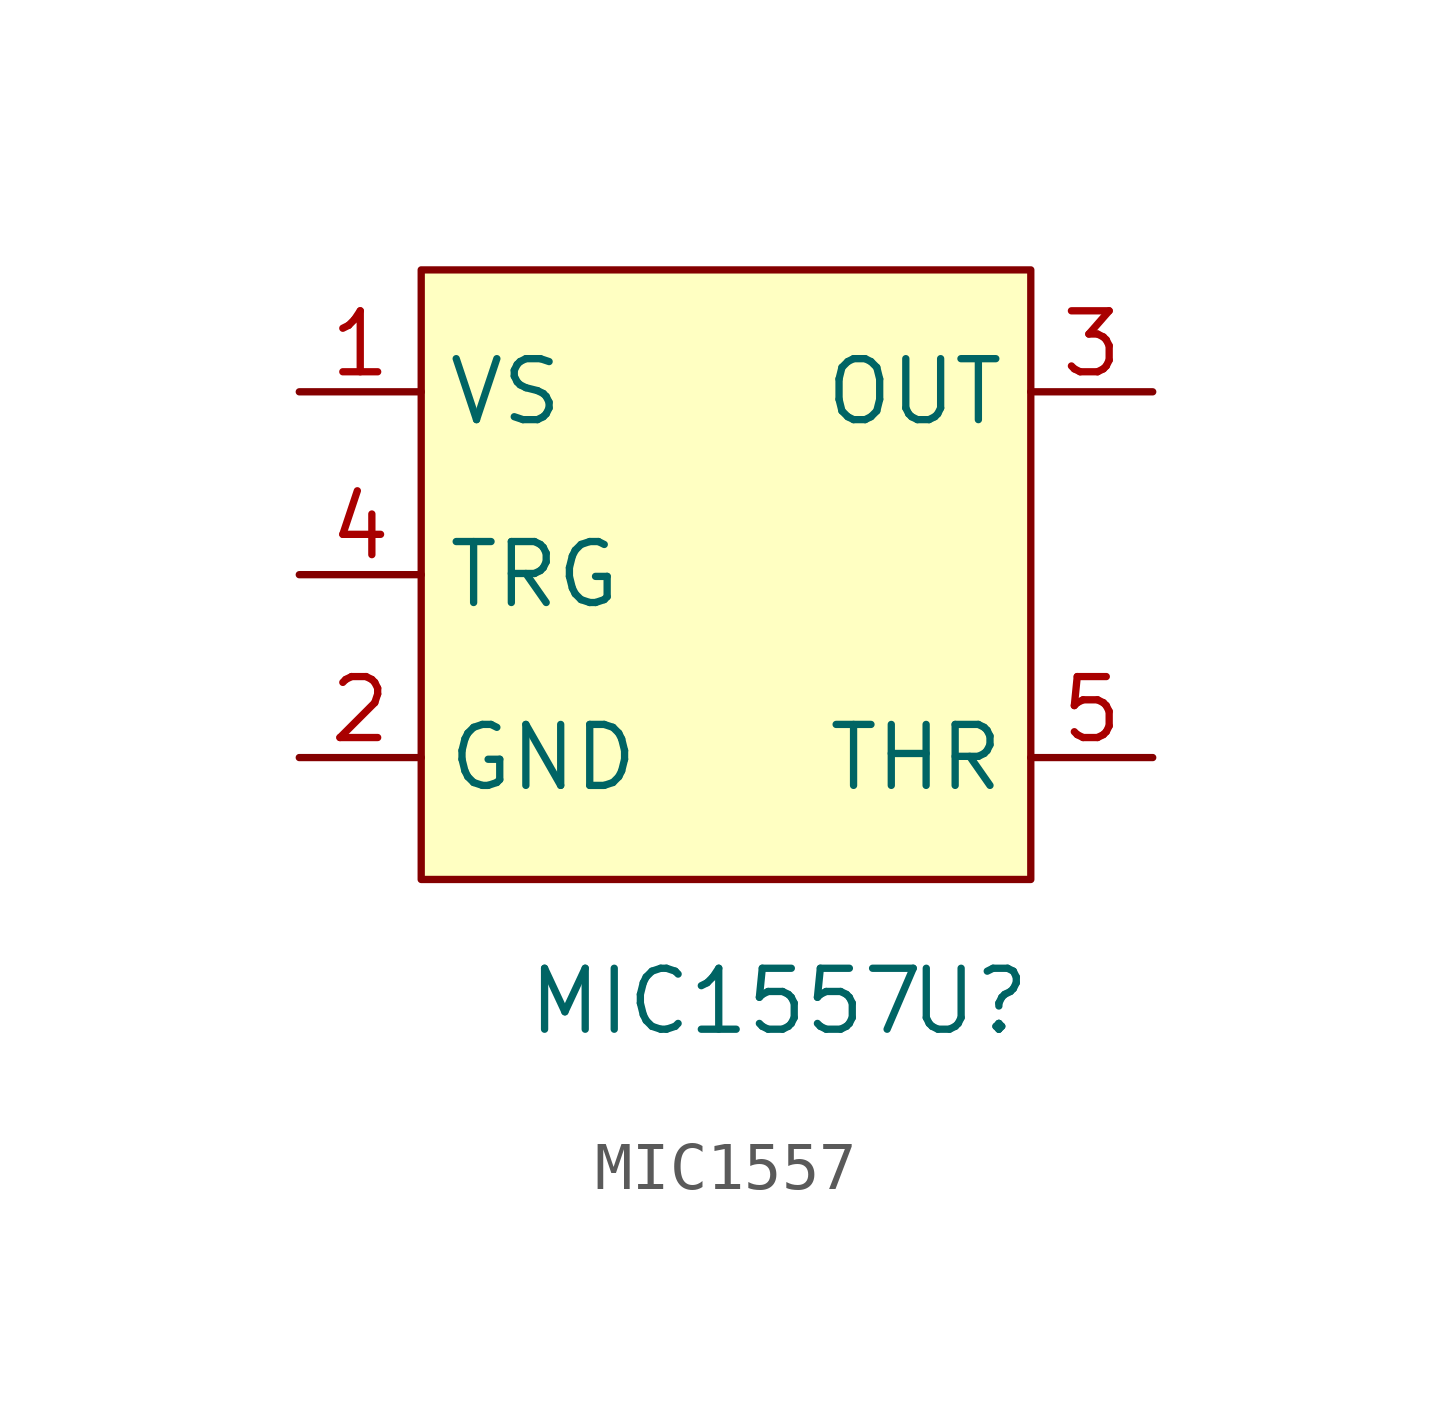
<source format=kicad_sym>
(kicad_symbol_lib
  (version 20211014)
  (generator kicad_symbol_editor)
  (symbol "MIC1557"
    (property "Reference" "U"
      (at 5.08 -8.89 0)
      (effects (font (size 1.27 1.27))))
    (property "Value" "MIC1557"
      (at 0 -8.89 0)
      (effects (font (size 1.27 1.27))))
    (symbol "MIC1557_0_1"
      (rectangle (start -6.35 6.35) (end 6.35 -6.35) (stroke (width 0) (type default) (color 0 0 0 0)) (fill (type background))))
    (symbol "MIC1557_1_1"
      (pin power_in line (at -8.89 3.81 0) (length 2.54) (name "VS" (effects (font (size 1.27 1.27)))) (number "1" (effects (font (size 1.27 1.27)))))
      (pin power_in line (at -8.89 -3.81 0) (length 2.54) (name "GND" (effects (font (size 1.27 1.27)))) (number "2" (effects (font (size 1.27 1.27)))))
      (pin output line (at 8.89 3.81 180) (length 2.54) (name "OUT" (effects (font (size 1.27 1.27)))) (number "3" (effects (font (size 1.27 1.27)))))
      (pin input line (at -8.89 0 0) (length 2.54) (name "TRG" (effects (font (size 1.27 1.27)))) (number "4" (effects (font (size 1.27 1.27)))))
      (pin output line (at 8.89 -3.81 180) (length 2.54) (name "THR" (effects (font (size 1.27 1.27)))) (number "5" (effects (font (size 1.27 1.27))))))))
</source>
